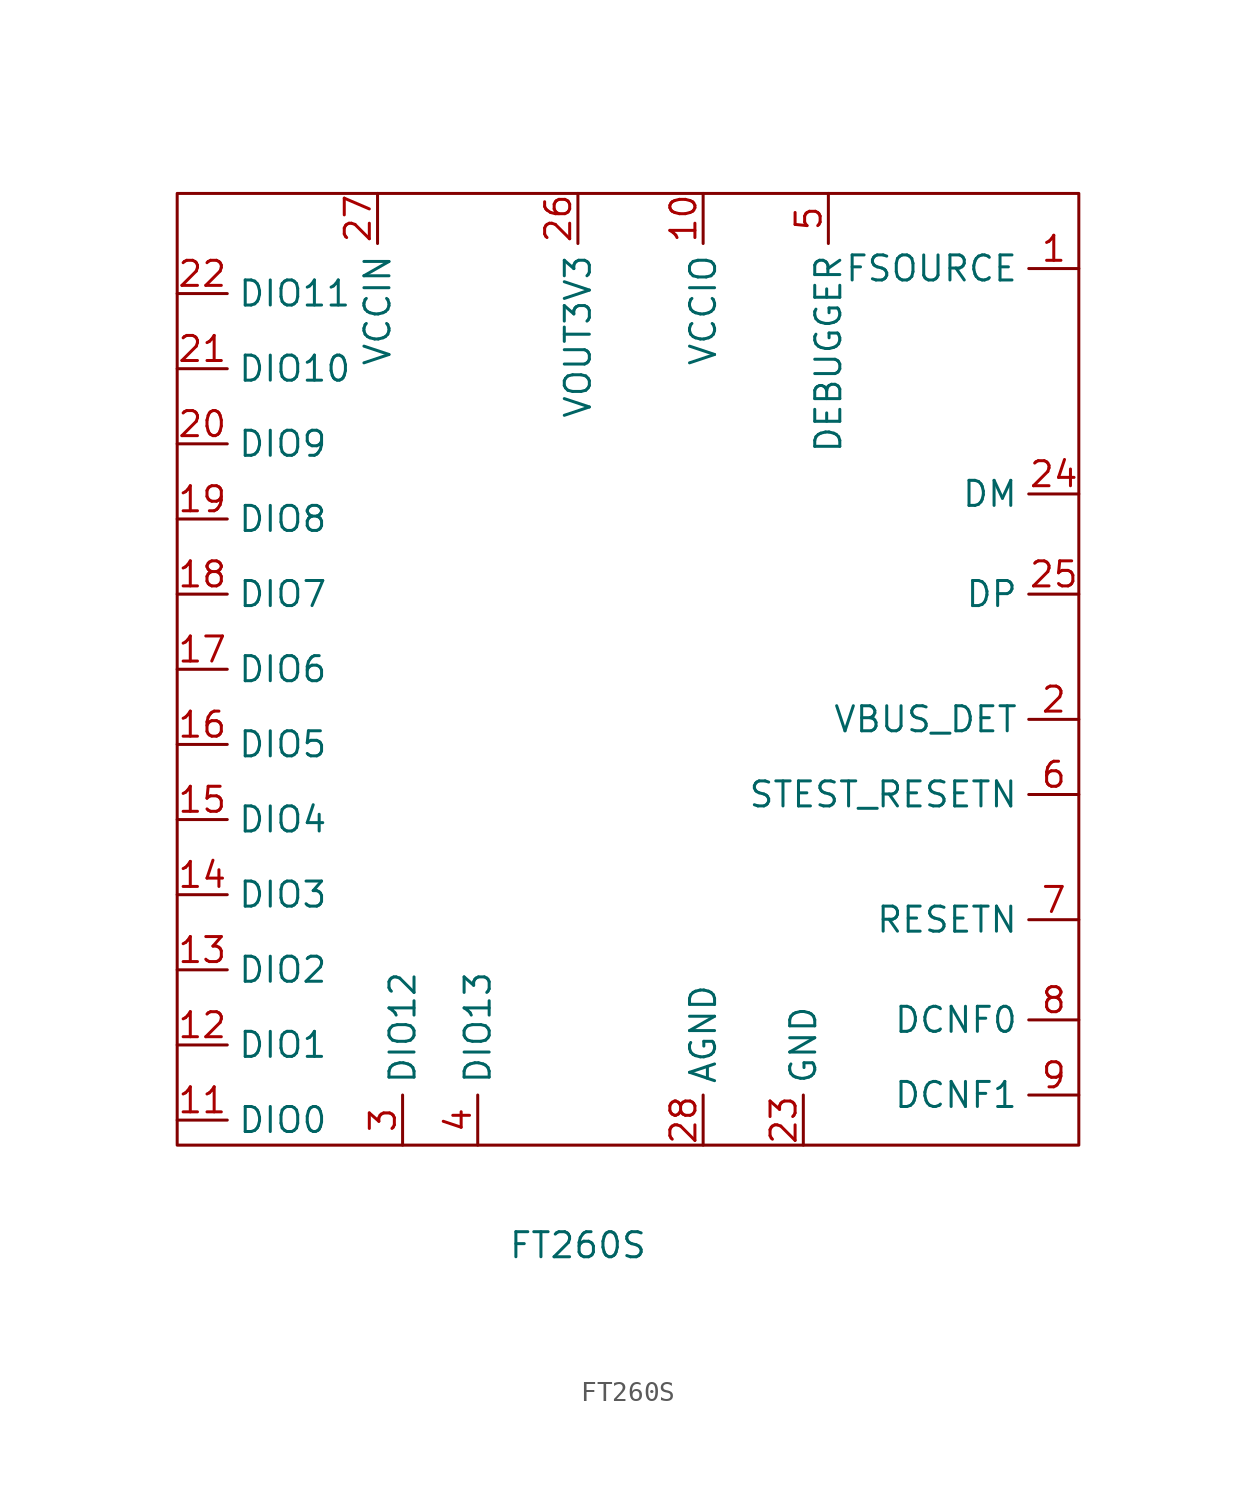
<source format=kicad_sym>
(kicad_symbol_lib
  (version 20211014)
  (generator kicad_symbol_editor)
  (symbol "FT260S"
    (property "Reference" "S"
      (at 2.54 1.27 0)
      (effects (font (size 1.27 1.27)) hide))
    (property "Value" "FT260S"
      (at 0 -1.27 0)
      (effects (font (size 1.27 1.27))))
    (symbol "FT260S_0_1"
      (rectangle (start -20.32 3.81) (end 25.4 52.07) (stroke (width 0) (type default) (color 0 0 0 0)) (fill (type none))))
    (symbol "FT260S_1_1"
      (pin input line (at 25.4 48.26 180) (length 2.54) (name "FSOURCE" (effects (font (size 1.27 1.27)))) (number "1" (effects (font (size 1.27 1.27)))))
      (pin input line (at 6.35 52.07 270) (length 2.54) (name "VCCIO" (effects (font (size 1.27 1.27)))) (number "10" (effects (font (size 1.27 1.27)))))
      (pin bidirectional line (at -20.32 5.08 0) (length 2.54) (name "DIO0" (effects (font (size 1.27 1.27)))) (number "11" (effects (font (size 1.27 1.27)))))
      (pin bidirectional line (at -20.32 8.89 0) (length 2.54) (name "DIO1" (effects (font (size 1.27 1.27)))) (number "12" (effects (font (size 1.27 1.27)))))
      (pin bidirectional line (at -20.32 12.7 0) (length 2.54) (name "DIO2" (effects (font (size 1.27 1.27)))) (number "13" (effects (font (size 1.27 1.27)))))
      (pin bidirectional line (at -20.32 16.51 0) (length 2.54) (name "DIO3" (effects (font (size 1.27 1.27)))) (number "14" (effects (font (size 1.27 1.27)))))
      (pin bidirectional line (at -20.32 20.32 0) (length 2.54) (name "DIO4" (effects (font (size 1.27 1.27)))) (number "15" (effects (font (size 1.27 1.27)))))
      (pin bidirectional line (at -20.32 24.13 0) (length 2.54) (name "DIO5" (effects (font (size 1.27 1.27)))) (number "16" (effects (font (size 1.27 1.27)))))
      (pin bidirectional line (at -20.32 27.94 0) (length 2.54) (name "DIO6" (effects (font (size 1.27 1.27)))) (number "17" (effects (font (size 1.27 1.27)))))
      (pin bidirectional line (at -20.32 31.75 0) (length 2.54) (name "DIO7" (effects (font (size 1.27 1.27)))) (number "18" (effects (font (size 1.27 1.27)))))
      (pin bidirectional line (at -20.32 35.56 0) (length 2.54) (name "DIO8" (effects (font (size 1.27 1.27)))) (number "19" (effects (font (size 1.27 1.27)))))
      (pin input line (at 25.4 25.4 180) (length 2.54) (name "VBUS_DET" (effects (font (size 1.27 1.27)))) (number "2" (effects (font (size 1.27 1.27)))))
      (pin bidirectional line (at -20.32 39.37 0) (length 2.54) (name "DIO9" (effects (font (size 1.27 1.27)))) (number "20" (effects (font (size 1.27 1.27)))))
      (pin bidirectional line (at -20.32 43.18 0) (length 2.54) (name "DIO10" (effects (font (size 1.27 1.27)))) (number "21" (effects (font (size 1.27 1.27)))))
      (pin bidirectional line (at -20.32 46.99 0) (length 2.54) (name "DIO11" (effects (font (size 1.27 1.27)))) (number "22" (effects (font (size 1.27 1.27)))))
      (pin input line (at 11.43 3.81 90) (length 2.54) (name "GND" (effects (font (size 1.27 1.27)))) (number "23" (effects (font (size 1.27 1.27)))))
      (pin input line (at 25.4 36.83 180) (length 2.54) (name "DM" (effects (font (size 1.27 1.27)))) (number "24" (effects (font (size 1.27 1.27)))))
      (pin input line (at 25.4 31.75 180) (length 2.54) (name "DP" (effects (font (size 1.27 1.27)))) (number "25" (effects (font (size 1.27 1.27)))))
      (pin output line (at 0 52.07 270) (length 2.54) (name "VOUT3V3" (effects (font (size 1.27 1.27)))) (number "26" (effects (font (size 1.27 1.27)))))
      (pin input line (at -10.16 52.07 270) (length 2.54) (name "VCCIN" (effects (font (size 1.27 1.27)))) (number "27" (effects (font (size 1.27 1.27)))))
      (pin input line (at 6.35 3.81 90) (length 2.54) (name "AGND" (effects (font (size 1.27 1.27)))) (number "28" (effects (font (size 1.27 1.27)))))
      (pin bidirectional line (at -8.89 3.81 90) (length 2.54) (name "DIO12" (effects (font (size 1.27 1.27)))) (number "3" (effects (font (size 1.27 1.27)))))
      (pin bidirectional line (at -5.08 3.81 90) (length 2.54) (name "DIO13" (effects (font (size 1.27 1.27)))) (number "4" (effects (font (size 1.27 1.27)))))
      (pin input line (at 12.7 52.07 270) (length 2.54) (name "DEBUGGER" (effects (font (size 1.27 1.27)))) (number "5" (effects (font (size 1.27 1.27)))))
      (pin input line (at 25.4 21.59 180) (length 2.54) (name "STEST_RESETN" (effects (font (size 1.27 1.27)))) (number "6" (effects (font (size 1.27 1.27)))))
      (pin input line (at 25.4 15.24 180) (length 2.54) (name "RESETN" (effects (font (size 1.27 1.27)))) (number "7" (effects (font (size 1.27 1.27)))))
      (pin input line (at 25.4 10.16 180) (length 2.54) (name "DCNF0" (effects (font (size 1.27 1.27)))) (number "8" (effects (font (size 1.27 1.27)))))
      (pin input line (at 25.4 6.35 180) (length 2.54) (name "DCNF1" (effects (font (size 1.27 1.27)))) (number "9" (effects (font (size 1.27 1.27))))))))
</source>
